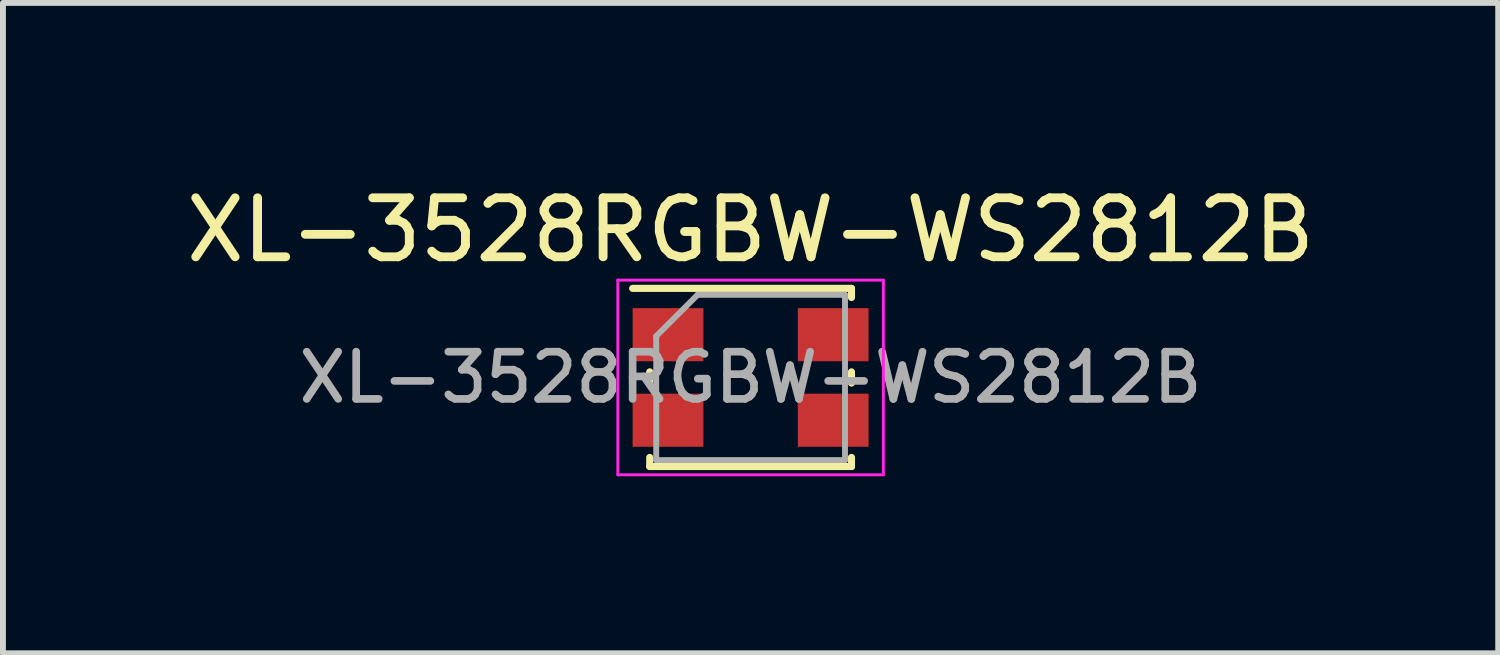
<source format=kicad_pcb>
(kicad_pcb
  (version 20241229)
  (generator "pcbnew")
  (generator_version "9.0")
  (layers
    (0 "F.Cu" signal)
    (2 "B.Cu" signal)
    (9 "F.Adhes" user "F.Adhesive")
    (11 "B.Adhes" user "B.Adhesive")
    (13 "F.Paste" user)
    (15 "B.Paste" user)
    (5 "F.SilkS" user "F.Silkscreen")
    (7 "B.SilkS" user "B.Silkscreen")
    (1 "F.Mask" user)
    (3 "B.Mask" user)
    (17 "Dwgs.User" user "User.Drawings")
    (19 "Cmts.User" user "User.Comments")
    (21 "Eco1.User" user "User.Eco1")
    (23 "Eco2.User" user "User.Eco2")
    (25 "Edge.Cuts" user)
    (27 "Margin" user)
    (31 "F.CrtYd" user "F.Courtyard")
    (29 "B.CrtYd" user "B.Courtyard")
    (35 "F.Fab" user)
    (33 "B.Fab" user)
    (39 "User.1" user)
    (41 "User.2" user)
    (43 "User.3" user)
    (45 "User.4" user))
  (footprint "XL-3528RGBW-WS2812B"
    (layer "F.Cu")
    (at 9.673 3.348)
    (property "Reference" "XL-3528RGBW-WS2812B" (at 0 -2.5 0) (layer "F.SilkS") (effects (font (size 1 1) (thickness 0.15))))
    (attr smd)
    (fp_line (start -2 -1.51) (end 1.71 -1.51) (stroke (width 0.12) (type solid)) (layer "F.SilkS"))
    (fp_line (start -1.71 -0.095) (end -1.71 0.095) (stroke (width 0.12) (type solid)) (layer "F.SilkS"))
    (fp_line (start -1.71 1.355) (end -1.71 1.51) (stroke (width 0.12) (type solid)) (layer "F.SilkS"))
    (fp_line (start -1.71 1.51) (end 1.71 1.51) (stroke (width 0.12) (type solid)) (layer "F.SilkS"))
    (fp_line (start 1.71 -1.355) (end 1.71 -1.51) (stroke (width 0.12) (type solid)) (layer "F.SilkS"))
    (fp_line (start 1.71 -0.095) (end 1.71 0.095) (stroke (width 0.12) (type solid)) (layer "F.SilkS"))
    (fp_line (start 1.71 1.355) (end 1.71 1.51) (stroke (width 0.12) (type solid)) (layer "F.SilkS"))
    (fp_line (start -2.25 -1.65) (end -2.25 1.65) (stroke (width 0.05) (type solid)) (layer "F.CrtYd"))
    (fp_line (start -2.25 -1.65) (end 2.25 -1.65) (stroke (width 0.05) (type solid)) (layer "F.CrtYd"))
    (fp_line (start -2.25 1.65) (end 2.25 1.65) (stroke (width 0.05) (type solid)) (layer "F.CrtYd"))
    (fp_line (start 2.25 -1.65) (end 2.25 1.65) (stroke (width 0.05) (type solid)) (layer "F.CrtYd"))
    (fp_line (start -1.6 1.4) (end -1.6 -0.7) (stroke (width 0.1) (type solid)) (layer "F.Fab"))
    (fp_line (start -0.9 -1.4) (end -1.6 -0.7) (stroke (width 0.1) (type solid)) (layer "F.Fab"))
    (fp_line (start -0.9 -1.4) (end 1.6 -1.4) (stroke (width 0.1) (type solid)) (layer "F.Fab"))
    (fp_line (start 1.6 -1.4) (end 1.6 1.4) (stroke (width 0.1) (type solid)) (layer "F.Fab"))
    (fp_line (start 1.6 1.4) (end -1.6 1.4) (stroke (width 0.1) (type solid)) (layer "F.Fab"))
    (fp_text user "${REFERENCE}" (at 0 0 0) (layer "F.Fab") (effects (font (size 0.8 0.8) (thickness 0.13))))
    (pad "1" smd rect (at -1.4 -0.725) (size 1.2 0.9) (layers "F.Cu" "F.Mask" "F.Paste"))
    (pad "2" smd rect (at 1.4 -0.725) (size 1.2 0.9) (layers "F.Cu" "F.Mask" "F.Paste"))
    (pad "3" smd rect (at 1.4 0.725) (size 1.2 0.9) (layers "F.Cu" "F.Mask" "F.Paste"))
    (pad "4" smd rect (at -1.4 0.725) (size 1.2 0.9) (layers "F.Cu" "F.Mask" "F.Paste")))
  (gr_rect
    (start -3 -3)
    (end 22.345 8.023)
    (stroke (width 0.1) (type default))
    (fill no)
    (layer "Edge.Cuts")))
</source>
